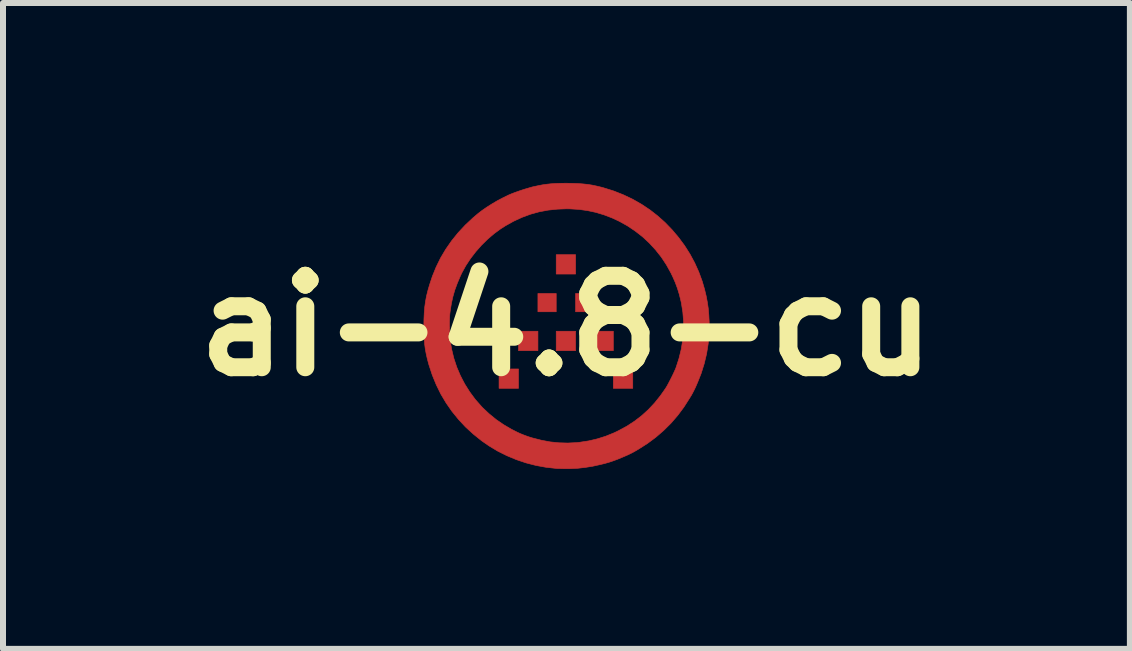
<source format=kicad_pcb>
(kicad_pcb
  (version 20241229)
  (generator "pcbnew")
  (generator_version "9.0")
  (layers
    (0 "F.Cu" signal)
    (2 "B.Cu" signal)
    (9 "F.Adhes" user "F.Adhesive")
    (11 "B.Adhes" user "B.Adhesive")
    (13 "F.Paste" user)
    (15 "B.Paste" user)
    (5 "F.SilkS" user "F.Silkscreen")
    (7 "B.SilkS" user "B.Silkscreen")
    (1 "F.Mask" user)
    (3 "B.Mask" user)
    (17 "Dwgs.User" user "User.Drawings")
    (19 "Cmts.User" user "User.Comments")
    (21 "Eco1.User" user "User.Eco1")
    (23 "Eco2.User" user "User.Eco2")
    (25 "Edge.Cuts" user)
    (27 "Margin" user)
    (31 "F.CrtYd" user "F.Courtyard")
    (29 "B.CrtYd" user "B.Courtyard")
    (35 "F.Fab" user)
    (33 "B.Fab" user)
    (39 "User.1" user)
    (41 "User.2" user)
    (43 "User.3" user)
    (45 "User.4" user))
  (footprint "ai-4.8-cu"
    (layer "F.Cu")
    (at 6.394 2.383)
    (property "Reference" "ai-4.8-cu" (at 0 0 0) (layer "F.SilkS") (effects (font (size 1.524 1.524) (thickness 0.3))))
    (attr through_hole)
    (fp_poly (pts (xy -0.8 1.041) (xy -1.124 1.041) (xy -1.124 0.718) (xy -0.8 0.718) (xy -0.8 1.041)) (stroke (width 0.01) (type solid)) (fill yes) (layer "F.Cu"))
    (fp_poly (pts (xy -0.476 0.413) (xy -0.8 0.413) (xy -0.8 0.089) (xy -0.476 0.089) (xy -0.476 0.413)) (stroke (width 0.01) (type solid)) (fill yes) (layer "F.Cu"))
    (fp_poly (pts (xy -0.171 -0.235) (xy -0.476 -0.235) (xy -0.476 -0.54) (xy -0.171 -0.54) (xy -0.171 -0.235)) (stroke (width 0.01) (type solid)) (fill yes) (layer "F.Cu"))
    (fp_poly (pts (xy 0.152 -0.864) (xy -0.171 -0.864) (xy -0.171 -1.187) (xy 0.152 -1.187) (xy 0.152 -0.864)) (stroke (width 0.01) (type solid)) (fill yes) (layer "F.Cu"))
    (fp_poly (pts (xy 0.152 0.413) (xy -0.171 0.413) (xy -0.171 0.089) (xy 0.152 0.089) (xy 0.152 0.413)) (stroke (width 0.01) (type solid)) (fill yes) (layer "F.Cu"))
    (fp_poly (pts (xy 0.476 -0.235) (xy 0.152 -0.235) (xy 0.152 -0.54) (xy 0.476 -0.54) (xy 0.476 -0.235)) (stroke (width 0.01) (type solid)) (fill yes) (layer "F.Cu"))
    (fp_poly (pts (xy 0.781 0.413) (xy 0.476 0.413) (xy 0.476 0.089) (xy 0.781 0.089) (xy 0.781 0.413)) (stroke (width 0.01) (type solid)) (fill yes) (layer "F.Cu"))
    (fp_poly (pts (xy 1.105 1.041) (xy 0.781 1.041) (xy 0.781 0.718) (xy 1.105 0.718) (xy 1.105 1.041)) (stroke (width 0.01) (type solid)) (fill yes) (layer "F.Cu"))
    (fp_poly (pts (xy 0.003 -2.378) (xy 0.102 -2.376) (xy 0.192 -2.373) (xy 0.274 -2.367) (xy 0.351 -2.359) (xy 0.427 -2.347) (xy 0.503 -2.331) (xy 0.582 -2.312) (xy 0.618 -2.302) (xy 0.785 -2.25) (xy 0.947 -2.186) (xy 1.103 -2.112) (xy 1.252 -2.027) (xy 1.394 -1.932) (xy 1.516 -1.837) (xy 1.642 -1.725) (xy 1.76 -1.603) (xy 1.869 -1.474) (xy 1.969 -1.339) (xy 2.059 -1.197) (xy 2.138 -1.05) (xy 2.206 -0.899) (xy 2.263 -0.744) (xy 2.302 -0.61) (xy 2.329 -0.498) (xy 2.349 -0.392) (xy 2.364 -0.289) (xy 2.373 -0.183) (xy 2.379 -0.071) (xy 2.379 -0.051) (xy 2.377 0.124) (xy 2.363 0.296) (xy 2.336 0.465) (xy 2.296 0.631) (xy 2.245 0.794) (xy 2.193 0.925) (xy 2.171 0.977) (xy 2.152 1.021) (xy 2.134 1.058) (xy 2.117 1.092) (xy 2.099 1.127) (xy 2.078 1.164) (xy 2.054 1.203) (xy 1.959 1.352) (xy 1.855 1.492) (xy 1.742 1.623) (xy 1.62 1.744) (xy 1.489 1.857) (xy 1.349 1.961) (xy 1.203 2.054) (xy 1.161 2.079) (xy 1.124 2.1) (xy 1.09 2.118) (xy 1.056 2.135) (xy 1.018 2.153) (xy 0.974 2.172) (xy 0.925 2.193) (xy 0.848 2.225) (xy 0.777 2.251) (xy 0.708 2.274) (xy 0.634 2.295) (xy 0.568 2.311) (xy 0.437 2.34) (xy 0.311 2.36) (xy 0.188 2.374) (xy 0.063 2.38) (xy -0.01 2.38) (xy -0.051 2.38) (xy -0.089 2.379) (xy -0.123 2.378) (xy -0.148 2.378) (xy -0.164 2.377) (xy -0.165 2.377) (xy -0.338 2.358) (xy -0.508 2.327) (xy -0.675 2.284) (xy -0.838 2.229) (xy -0.996 2.163) (xy -1.148 2.087) (xy -1.294 1.999) (xy -1.415 1.915) (xy -1.553 1.804) (xy -1.682 1.686) (xy -1.8 1.559) (xy -1.909 1.425) (xy -2.007 1.284) (xy -2.095 1.136) (xy -2.171 0.981) (xy -2.237 0.82) (xy -2.292 0.653) (xy -2.302 0.618) (xy -2.323 0.537) (xy -2.34 0.46) (xy -2.354 0.384) (xy -2.364 0.308) (xy -2.371 0.228) (xy -2.375 0.143) (xy -2.377 0.048) (xy -2.378 0.003) (xy -2.377 -0.041) (xy -1.951 -0.041) (xy -1.951 0.023) (xy -1.95 0.087) (xy -1.947 0.147) (xy -1.944 0.2) (xy -1.941 0.229) (xy -1.915 0.386) (xy -1.878 0.54) (xy -1.829 0.688) (xy -1.768 0.831) (xy -1.696 0.969) (xy -1.613 1.101) (xy -1.519 1.228) (xy -1.414 1.347) (xy -1.396 1.366) (xy -1.288 1.467) (xy -1.172 1.562) (xy -1.048 1.647) (xy -0.92 1.722) (xy -0.883 1.741) (xy -0.824 1.771) (xy -0.772 1.795) (xy -0.723 1.815) (xy -0.675 1.833) (xy -0.624 1.851) (xy -0.572 1.867) (xy -0.42 1.906) (xy -0.272 1.934) (xy -0.125 1.949) (xy 0.022 1.953) (xy 0.169 1.946) (xy 0.222 1.94) (xy 0.372 1.917) (xy 0.516 1.883) (xy 0.655 1.839) (xy 0.793 1.783) (xy 0.87 1.746) (xy 1.007 1.672) (xy 1.134 1.589) (xy 1.254 1.497) (xy 1.365 1.396) (xy 1.469 1.285) (xy 1.567 1.163) (xy 1.654 1.039) (xy 1.674 1.006) (xy 1.697 0.964) (xy 1.722 0.916) (xy 1.748 0.866) (xy 1.773 0.815) (xy 1.795 0.768) (xy 1.814 0.726) (xy 1.825 0.699) (xy 1.875 0.545) (xy 1.913 0.391) (xy 1.938 0.236) (xy 1.951 0.082) (xy 1.952 -0.073) (xy 1.94 -0.227) (xy 1.916 -0.379) (xy 1.908 -0.416) (xy 1.881 -0.525) (xy 1.85 -0.626) (xy 1.814 -0.723) (xy 1.771 -0.821) (xy 1.741 -0.883) (xy 1.666 -1.018) (xy 1.581 -1.147) (xy 1.485 -1.268) (xy 1.381 -1.381) (xy 1.268 -1.486) (xy 1.146 -1.581) (xy 1.018 -1.667) (xy 0.882 -1.743) (xy 0.767 -1.797) (xy 0.629 -1.85) (xy 0.491 -1.892) (xy 0.351 -1.922) (xy 0.207 -1.942) (xy 0.057 -1.951) (xy 0.006 -1.952) (xy -0.152 -1.946) (xy -0.305 -1.93) (xy -0.454 -1.902) (xy -0.599 -1.862) (xy -0.74 -1.81) (xy -0.879 -1.746) (xy -1.016 -1.67) (xy -1.097 -1.618) (xy -1.208 -1.537) (xy -1.315 -1.445) (xy -1.417 -1.345) (xy -1.512 -1.237) (xy -1.599 -1.124) (xy -1.677 -1.006) (xy -1.744 -0.885) (xy -1.771 -0.827) (xy -1.82 -0.711) (xy -1.861 -0.6) (xy -1.893 -0.489) (xy -1.918 -0.377) (xy -1.937 -0.258) (xy -1.944 -0.203) (xy -1.948 -0.157) (xy -1.95 -0.102) (xy -1.951 -0.041) (xy -2.377 -0.041) (xy -2.376 -0.111) (xy -2.371 -0.216) (xy -2.363 -0.314) (xy -2.35 -0.407) (xy -2.333 -0.499) (xy -2.31 -0.591) (xy -2.282 -0.687) (xy -2.248 -0.79) (xy -2.236 -0.826) (xy -2.173 -0.981) (xy -2.099 -1.132) (xy -2.013 -1.277) (xy -1.916 -1.417) (xy -1.808 -1.551) (xy -1.689 -1.679) (xy -1.559 -1.801) (xy -1.474 -1.873) (xy -1.405 -1.926) (xy -1.327 -1.98) (xy -1.243 -2.033) (xy -1.155 -2.085) (xy -1.066 -2.132) (xy -0.98 -2.174) (xy -0.975 -2.177) (xy -0.919 -2.201) (xy -0.854 -2.226) (xy -0.783 -2.251) (xy -0.711 -2.275) (xy -0.64 -2.296) (xy -0.574 -2.315) (xy -0.549 -2.321) (xy -0.474 -2.337) (xy -0.403 -2.351) (xy -0.333 -2.361) (xy -0.26 -2.369) (xy -0.184 -2.374) (xy -0.1 -2.377) (xy -0.006 -2.378) (xy 0.003 -2.378)) (stroke (width 0.01) (type solid)) (fill yes) (layer "F.Cu"))
    (fp_poly (pts (xy -0.8 1.041) (xy -1.124 1.041) (xy -1.124 0.718) (xy -0.8 0.718) (xy -0.8 1.041)) (stroke (width 0.01) (type solid)) (fill yes) (layer "F.Mask"))
    (fp_poly (pts (xy -0.476 0.413) (xy -0.8 0.413) (xy -0.8 0.089) (xy -0.476 0.089) (xy -0.476 0.413)) (stroke (width 0.01) (type solid)) (fill yes) (layer "F.Mask"))
    (fp_poly (pts (xy -0.171 -0.235) (xy -0.476 -0.235) (xy -0.476 -0.54) (xy -0.171 -0.54) (xy -0.171 -0.235)) (stroke (width 0.01) (type solid)) (fill yes) (layer "F.Mask"))
    (fp_poly (pts (xy 0.152 -0.864) (xy -0.171 -0.864) (xy -0.171 -1.187) (xy 0.152 -1.187) (xy 0.152 -0.864)) (stroke (width 0.01) (type solid)) (fill yes) (layer "F.Mask"))
    (fp_poly (pts (xy 0.152 0.413) (xy -0.171 0.413) (xy -0.171 0.089) (xy 0.152 0.089) (xy 0.152 0.413)) (stroke (width 0.01) (type solid)) (fill yes) (layer "F.Mask"))
    (fp_poly (pts (xy 0.476 -0.235) (xy 0.152 -0.235) (xy 0.152 -0.54) (xy 0.476 -0.54) (xy 0.476 -0.235)) (stroke (width 0.01) (type solid)) (fill yes) (layer "F.Mask"))
    (fp_poly (pts (xy 0.781 0.413) (xy 0.476 0.413) (xy 0.476 0.089) (xy 0.781 0.089) (xy 0.781 0.413)) (stroke (width 0.01) (type solid)) (fill yes) (layer "F.Mask"))
    (fp_poly (pts (xy 1.105 1.041) (xy 0.781 1.041) (xy 0.781 0.718) (xy 1.105 0.718) (xy 1.105 1.041)) (stroke (width 0.01) (type solid)) (fill yes) (layer "F.Mask"))
    (fp_poly (pts (xy 0.003 -2.378) (xy 0.102 -2.376) (xy 0.192 -2.373) (xy 0.274 -2.367) (xy 0.351 -2.359) (xy 0.427 -2.347) (xy 0.503 -2.331) (xy 0.582 -2.312) (xy 0.618 -2.302) (xy 0.785 -2.25) (xy 0.947 -2.186) (xy 1.103 -2.112) (xy 1.252 -2.027) (xy 1.394 -1.932) (xy 1.516 -1.837) (xy 1.642 -1.725) (xy 1.76 -1.603) (xy 1.869 -1.474) (xy 1.969 -1.339) (xy 2.059 -1.197) (xy 2.138 -1.05) (xy 2.206 -0.899) (xy 2.263 -0.744) (xy 2.302 -0.61) (xy 2.329 -0.498) (xy 2.349 -0.392) (xy 2.364 -0.289) (xy 2.373 -0.183) (xy 2.379 -0.071) (xy 2.379 -0.051) (xy 2.377 0.124) (xy 2.363 0.296) (xy 2.336 0.465) (xy 2.296 0.631) (xy 2.245 0.794) (xy 2.193 0.925) (xy 2.171 0.977) (xy 2.152 1.021) (xy 2.134 1.058) (xy 2.117 1.092) (xy 2.099 1.127) (xy 2.078 1.164) (xy 2.054 1.203) (xy 1.959 1.352) (xy 1.855 1.492) (xy 1.742 1.623) (xy 1.62 1.744) (xy 1.489 1.857) (xy 1.349 1.961) (xy 1.203 2.054) (xy 1.161 2.079) (xy 1.124 2.1) (xy 1.09 2.118) (xy 1.056 2.135) (xy 1.018 2.153) (xy 0.974 2.172) (xy 0.925 2.193) (xy 0.848 2.225) (xy 0.777 2.251) (xy 0.708 2.274) (xy 0.634 2.295) (xy 0.568 2.311) (xy 0.437 2.34) (xy 0.311 2.36) (xy 0.188 2.374) (xy 0.063 2.38) (xy -0.01 2.38) (xy -0.051 2.38) (xy -0.089 2.379) (xy -0.123 2.378) (xy -0.148 2.378) (xy -0.164 2.377) (xy -0.165 2.377) (xy -0.338 2.358) (xy -0.508 2.327) (xy -0.675 2.284) (xy -0.838 2.229) (xy -0.996 2.163) (xy -1.148 2.087) (xy -1.294 1.999) (xy -1.415 1.915) (xy -1.553 1.804) (xy -1.682 1.686) (xy -1.8 1.559) (xy -1.909 1.425) (xy -2.007 1.284) (xy -2.095 1.136) (xy -2.171 0.981) (xy -2.237 0.82) (xy -2.292 0.653) (xy -2.302 0.618) (xy -2.323 0.537) (xy -2.34 0.46) (xy -2.354 0.384) (xy -2.364 0.308) (xy -2.371 0.228) (xy -2.375 0.143) (xy -2.377 0.048) (xy -2.378 0.003) (xy -2.377 -0.041) (xy -1.951 -0.041) (xy -1.951 0.023) (xy -1.95 0.087) (xy -1.947 0.147) (xy -1.944 0.2) (xy -1.941 0.229) (xy -1.915 0.386) (xy -1.878 0.54) (xy -1.829 0.688) (xy -1.768 0.831) (xy -1.696 0.969) (xy -1.613 1.101) (xy -1.519 1.228) (xy -1.414 1.347) (xy -1.396 1.366) (xy -1.288 1.467) (xy -1.172 1.562) (xy -1.048 1.647) (xy -0.92 1.722) (xy -0.883 1.741) (xy -0.824 1.771) (xy -0.772 1.795) (xy -0.723 1.815) (xy -0.675 1.833) (xy -0.624 1.851) (xy -0.572 1.867) (xy -0.42 1.906) (xy -0.272 1.934) (xy -0.125 1.949) (xy 0.022 1.953) (xy 0.169 1.946) (xy 0.222 1.94) (xy 0.372 1.917) (xy 0.516 1.883) (xy 0.655 1.839) (xy 0.793 1.783) (xy 0.87 1.746) (xy 1.007 1.672) (xy 1.134 1.589) (xy 1.254 1.497) (xy 1.365 1.396) (xy 1.469 1.285) (xy 1.567 1.163) (xy 1.654 1.039) (xy 1.674 1.006) (xy 1.697 0.964) (xy 1.722 0.916) (xy 1.748 0.866) (xy 1.773 0.815) (xy 1.795 0.768) (xy 1.814 0.726) (xy 1.825 0.699) (xy 1.875 0.545) (xy 1.913 0.391) (xy 1.938 0.236) (xy 1.951 0.082) (xy 1.952 -0.073) (xy 1.94 -0.227) (xy 1.916 -0.379) (xy 1.908 -0.416) (xy 1.881 -0.525) (xy 1.85 -0.626) (xy 1.814 -0.723) (xy 1.771 -0.821) (xy 1.741 -0.883) (xy 1.666 -1.018) (xy 1.581 -1.147) (xy 1.485 -1.268) (xy 1.381 -1.381) (xy 1.268 -1.486) (xy 1.146 -1.581) (xy 1.018 -1.667) (xy 0.882 -1.743) (xy 0.767 -1.797) (xy 0.629 -1.85) (xy 0.491 -1.892) (xy 0.351 -1.922) (xy 0.207 -1.942) (xy 0.057 -1.951) (xy 0.006 -1.952) (xy -0.152 -1.946) (xy -0.305 -1.93) (xy -0.454 -1.902) (xy -0.599 -1.862) (xy -0.74 -1.81) (xy -0.879 -1.746) (xy -1.016 -1.67) (xy -1.097 -1.618) (xy -1.208 -1.537) (xy -1.315 -1.445) (xy -1.417 -1.345) (xy -1.512 -1.237) (xy -1.599 -1.124) (xy -1.677 -1.006) (xy -1.744 -0.885) (xy -1.771 -0.827) (xy -1.82 -0.711) (xy -1.861 -0.6) (xy -1.893 -0.489) (xy -1.918 -0.377) (xy -1.937 -0.258) (xy -1.944 -0.203) (xy -1.948 -0.157) (xy -1.95 -0.102) (xy -1.951 -0.041) (xy -2.377 -0.041) (xy -2.376 -0.111) (xy -2.371 -0.216) (xy -2.363 -0.314) (xy -2.35 -0.407) (xy -2.333 -0.499) (xy -2.31 -0.591) (xy -2.282 -0.687) (xy -2.248 -0.79) (xy -2.236 -0.826) (xy -2.173 -0.981) (xy -2.099 -1.132) (xy -2.013 -1.277) (xy -1.916 -1.417) (xy -1.808 -1.551) (xy -1.689 -1.679) (xy -1.559 -1.801) (xy -1.474 -1.873) (xy -1.405 -1.926) (xy -1.327 -1.98) (xy -1.243 -2.033) (xy -1.155 -2.085) (xy -1.066 -2.132) (xy -0.98 -2.174) (xy -0.975 -2.177) (xy -0.919 -2.201) (xy -0.854 -2.226) (xy -0.783 -2.251) (xy -0.711 -2.275) (xy -0.64 -2.296) (xy -0.574 -2.315) (xy -0.549 -2.321) (xy -0.474 -2.337) (xy -0.403 -2.351) (xy -0.333 -2.361) (xy -0.26 -2.369) (xy -0.184 -2.374) (xy -0.1 -2.377) (xy -0.006 -2.378) (xy 0.003 -2.378)) (stroke (width 0.01) (type solid)) (fill yes) (layer "F.Mask")))
  (gr_rect
    (start -3 -3)
    (end 15.787 7.768)
    (stroke (width 0.1) (type default))
    (fill no)
    (layer "Edge.Cuts")))
</source>
